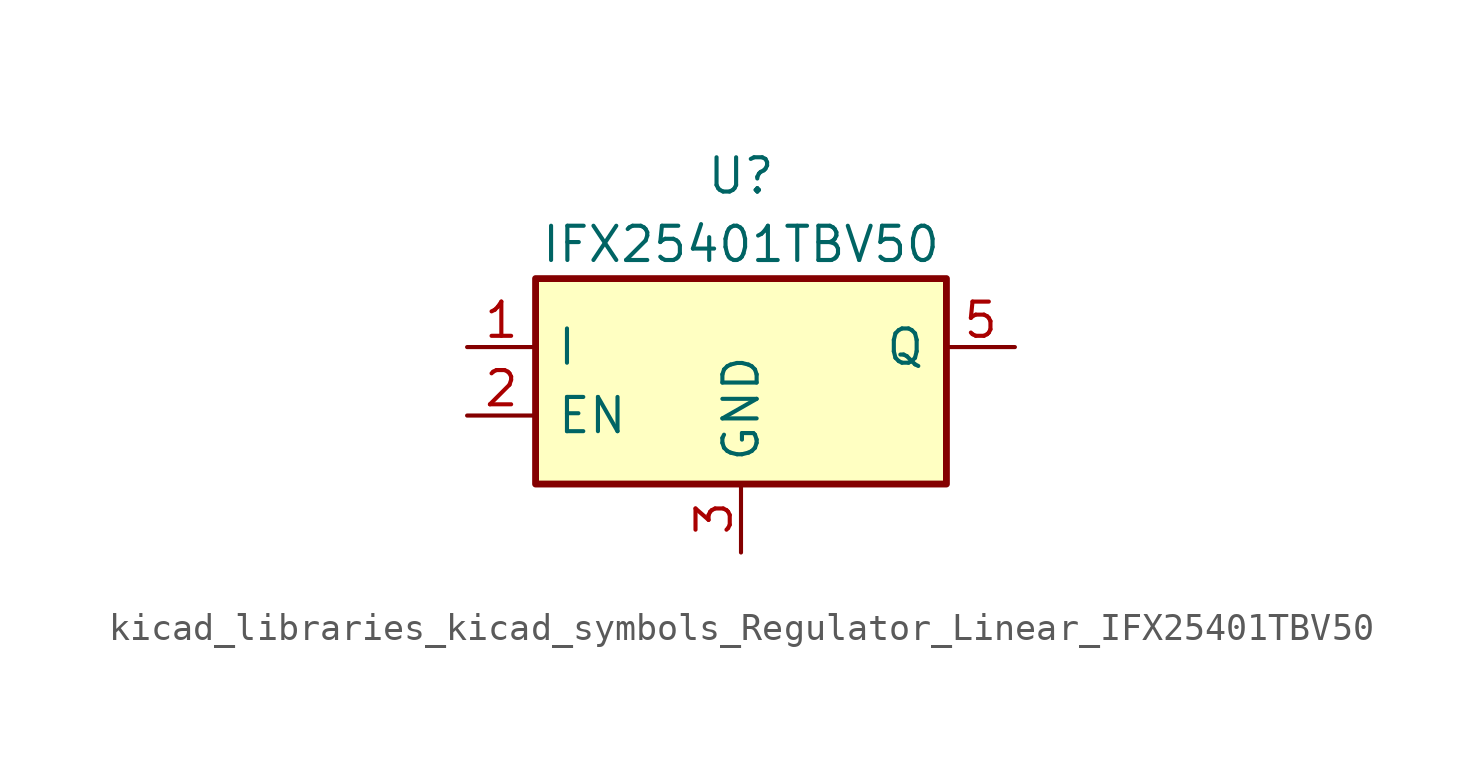
<source format=kicad_sym>
(kicad_symbol_lib
  (version 20220914)
  (generator kicad_symbol_editor)
  (symbol "kicad_libraries_kicad_symbols_Regulator_Linear_IFX25401TBV50"
    (pin_names
      (offset 0.762))
    (property "Reference" "U"
      (at 0 6.35 0)
      (effects (font (size 1.27 1.27))))
    (property "Value" "IFX25401TBV50"
      (at 0 3.81 0)
      (effects (font (size 1.27 1.27))))
    (symbol "kicad_libraries_kicad_symbols_Regulator_Linear_IFX25401TBV50_0_1"
      (rectangle (start -7.62 2.54) (end 7.62 -5.08) (stroke (width 0.254) (type default)) (fill (type background))))
    (symbol "kicad_libraries_kicad_symbols_Regulator_Linear_IFX25401TBV50_1_1"
      (pin power_in line (at -10.16 0 0) (length 2.54) (name "I" (effects (font (size 1.27 1.27)))) (number "1" (effects (font (size 1.27 1.27)))))
      (pin input line (at -10.16 -2.54 0) (length 2.54) (name "EN" (effects (font (size 1.27 1.27)))) (number "2" (effects (font (size 1.27 1.27)))))
      (pin power_in line (at 0 -7.62 90) (length 2.54) (name "GND" (effects (font (size 1.27 1.27)))) (number "3" (effects (font (size 1.27 1.27)))))
      (pin no_connect line (at 7.62 -2.54 180) (length 2.54) hide (name "NC" (effects (font (size 1.27 1.27)))) (number "4" (effects (font (size 1.27 1.27)))))
      (pin power_out line (at 10.16 0 180) (length 2.54) (name "Q" (effects (font (size 1.27 1.27)))) (number "5" (effects (font (size 1.27 1.27))))))))
</source>
